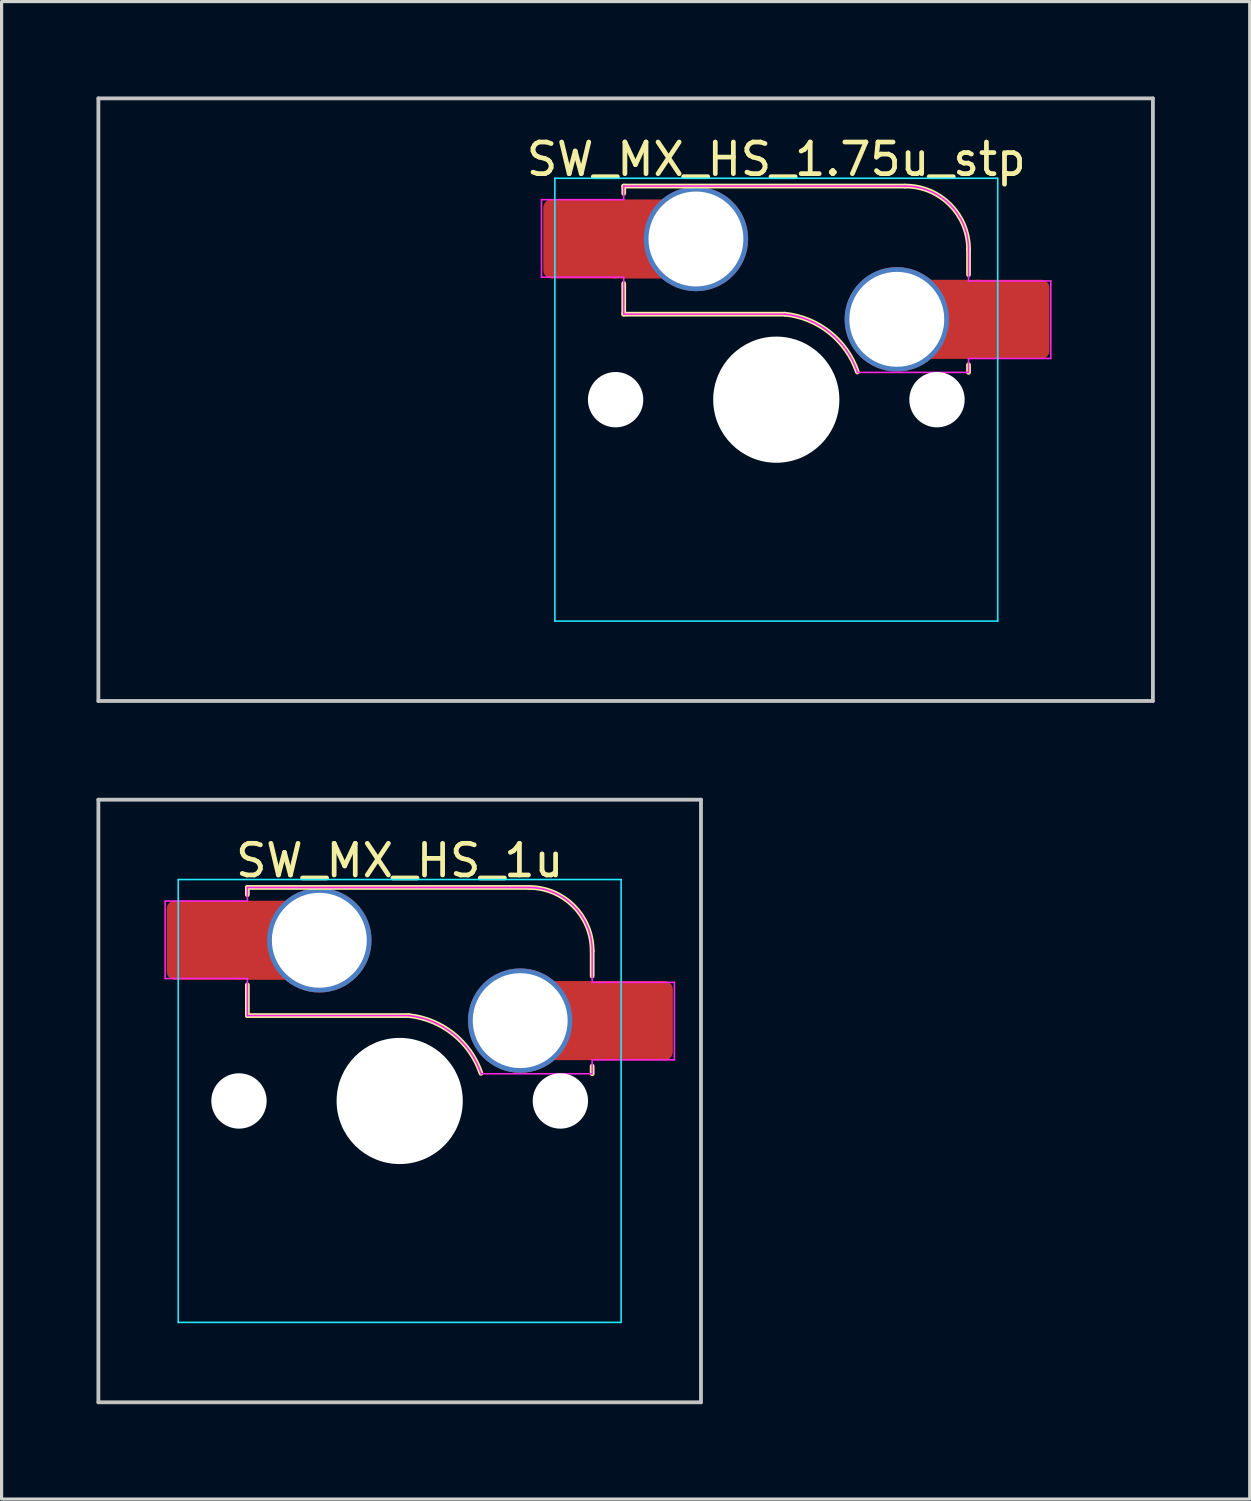
<source format=kicad_pcb>
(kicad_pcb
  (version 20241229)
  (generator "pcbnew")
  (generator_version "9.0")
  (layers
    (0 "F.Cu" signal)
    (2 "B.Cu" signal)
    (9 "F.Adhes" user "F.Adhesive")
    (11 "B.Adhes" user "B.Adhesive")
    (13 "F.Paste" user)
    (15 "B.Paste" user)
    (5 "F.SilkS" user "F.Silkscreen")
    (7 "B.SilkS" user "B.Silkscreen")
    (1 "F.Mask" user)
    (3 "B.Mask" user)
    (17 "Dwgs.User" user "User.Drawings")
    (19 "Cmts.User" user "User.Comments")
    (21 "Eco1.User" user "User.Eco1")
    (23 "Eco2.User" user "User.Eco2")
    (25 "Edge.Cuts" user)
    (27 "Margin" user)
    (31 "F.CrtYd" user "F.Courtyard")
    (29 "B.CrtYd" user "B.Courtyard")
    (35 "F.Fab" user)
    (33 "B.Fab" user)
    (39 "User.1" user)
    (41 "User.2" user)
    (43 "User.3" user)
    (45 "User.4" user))
  (footprint "SW_MX_HS_1.75u_stp"
    (layer "F.Cu")
    (at 21.491 9.585)
    (property "Reference" "SW_MX_HS_1.75u_stp" (at 0 -7.6 0) (layer "F.SilkS") (effects (font (size 1 1) (thickness 0.15))))
    (attr smd)
    (fp_line (start -4.823 -6.753) (end -4.823 -6.523) (stroke (width 0.15) (type solid)) (layer "F.SilkS"))
    (fp_line (start -4.823 -3.673) (end -4.823 -2.703) (stroke (width 0.15) (type solid)) (layer "F.SilkS"))
    (fp_line (start -4.823 -2.703) (end 0.277 -2.703) (stroke (width 0.15) (type solid)) (layer "F.SilkS"))
    (fp_line (start 4.077 -6.753) (end -4.823 -6.753) (stroke (width 0.15) (type solid)) (layer "F.SilkS"))
    (fp_line (start 6.077 -3.953) (end 6.077 -4.753) (stroke (width 0.15) (type solid)) (layer "F.SilkS"))
    (fp_line (start 6.077 -1.103) (end 6.077 -0.863) (stroke (width 0.15) (type solid)) (layer "F.SilkS"))
    (fp_arc (start 0.277188 -2.703027) (mid 1.687058 -2.12397) (end 2.562828 -0.876545) (stroke (width 0.15) (type solid)) (layer "F.SilkS"))
    (fp_arc (start 4.077188 -6.753027) (mid 5.491404 -6.167242) (end 6.077188 -4.753027) (stroke (width 0.15) (type solid)) (layer "F.SilkS"))
    (fp_line (start -21.431 -9.525) (end 11.906 -9.525) (stroke (width 0.12) (type solid)) (layer "Dwgs.User"))
    (fp_line (start -21.431 9.525) (end -21.431 -9.525) (stroke (width 0.12) (type solid)) (layer "Dwgs.User"))
    (fp_line (start 11.906 -9.525) (end 11.906 9.525) (stroke (width 0.12) (type solid)) (layer "Dwgs.User"))
    (fp_line (start 11.906 9.525) (end -21.431 9.525) (stroke (width 0.12) (type solid)) (layer "Dwgs.User"))
    (fp_line (start -7 -6.5) (end -7 6.5) (stroke (width 0.05) (type solid)) (layer "Eco2.User"))
    (fp_line (start -6.5 7) (end 6.5 7) (stroke (width 0.05) (type solid)) (layer "Eco2.User"))
    (fp_line (start 6.5 -7) (end -6.5 -7) (stroke (width 0.05) (type solid)) (layer "Eco2.User"))
    (fp_line (start 7 6.5) (end 7 -6.5) (stroke (width 0.05) (type solid)) (layer "Eco2.User"))
    (fp_arc (start -7 -6.5) (mid -6.853553 -6.853553) (end -6.5 -7) (stroke (width 0.05) (type solid)) (layer "Eco2.User"))
    (fp_arc (start -6.497236 6.998884) (mid -6.850789 6.852437) (end -6.997236 6.498884) (stroke (width 0.05) (type solid)) (layer "Eco2.User"))
    (fp_arc (start 6.5 -7) (mid 6.853553 -6.853553) (end 7 -6.5) (stroke (width 0.05) (type solid)) (layer "Eco2.User"))
    (fp_arc (start 7 6.5) (mid 6.853553 6.853553) (end 6.5 7) (stroke (width 0.05) (type solid)) (layer "Eco2.User"))
    (fp_line (start -7 -7) (end 7 -7) (stroke (width 0.05) (type solid)) (layer "B.CrtYd"))
    (fp_line (start -7 7) (end -7 -7) (stroke (width 0.05) (type solid)) (layer "B.CrtYd"))
    (fp_line (start 7 -7) (end 7 7) (stroke (width 0.05) (type solid)) (layer "B.CrtYd"))
    (fp_line (start 7 7) (end -7 7) (stroke (width 0.05) (type solid)) (layer "B.CrtYd"))
    (fp_line (start -7.423 -6.323) (end -4.823 -6.323) (stroke (width 0.05) (type solid)) (layer "F.CrtYd"))
    (fp_line (start -7.423 -3.873) (end -7.423 -6.323) (stroke (width 0.05) (type solid)) (layer "F.CrtYd"))
    (fp_line (start -4.823 -6.753) (end -4.823 -6.323) (stroke (width 0.05) (type solid)) (layer "F.CrtYd"))
    (fp_line (start -4.823 -3.873) (end -7.423 -3.873) (stroke (width 0.05) (type solid)) (layer "F.CrtYd"))
    (fp_line (start -4.823 -3.873) (end -4.823 -2.703) (stroke (width 0.05) (type solid)) (layer "F.CrtYd"))
    (fp_line (start -4.823 -2.703) (end 0.277 -2.703) (stroke (width 0.05) (type solid)) (layer "F.CrtYd"))
    (fp_line (start 4.077 -6.753) (end -4.823 -6.753) (stroke (width 0.05) (type solid)) (layer "F.CrtYd"))
    (fp_line (start 6.077 -3.753) (end 6.077 -4.753) (stroke (width 0.05) (type solid)) (layer "F.CrtYd"))
    (fp_line (start 6.077 -3.753) (end 8.677 -3.753) (stroke (width 0.05) (type solid)) (layer "F.CrtYd"))
    (fp_line (start 6.077 -1.303) (end 6.077 -0.863) (stroke (width 0.05) (type solid)) (layer "F.CrtYd"))
    (fp_line (start 6.077 -0.863) (end 2.567 -0.863) (stroke (width 0.05) (type solid)) (layer "F.CrtYd"))
    (fp_line (start 8.677 -3.753) (end 8.677 -1.303) (stroke (width 0.05) (type solid)) (layer "F.CrtYd"))
    (fp_line (start 8.677 -1.303) (end 6.077 -1.303) (stroke (width 0.05) (type solid)) (layer "F.CrtYd"))
    (fp_arc (start 0.277188 -2.703027) (mid 1.692639 -2.119466) (end 2.567188 -0.8628) (stroke (width 0.05) (type solid)) (layer "F.CrtYd"))
    (fp_arc (start 4.077188 -6.753027) (mid 5.491404 -6.167242) (end 6.077188 -4.753027) (stroke (width 0.05) (type solid)) (layer "F.CrtYd"))
    (pad "" np_thru_hole circle (at -5.08 0) (size 1.75 1.75) (drill 1.75) (layers "*.Cu" "*.Mask"))
    (pad "" np_thru_hole circle (at 0 0) (size 3.988 3.988) (drill 3.988) (layers "*.Cu" "*.Mask"))
    (pad "" np_thru_hole circle (at 5.08 0) (size 1.75 1.75) (drill 1.75) (layers "*.Cu" "*.Mask"))
    (pad "1" thru_hole circle (at 3.81 -2.54) (size 3.3 3.3) (drill 3) (layers "*.Cu" "*.Mask"))
    (pad "1" smd rect (at 5.635 -2.54 180) (size 1.65 2.5) (layers "F.Cu"))
    (pad "1" smd roundrect (at 7.36 -2.54) (size 2.55 2.5) (layers "F.Cu" "F.Mask" "F.Paste") (roundrect_rratio 0.1))
    (pad "2" smd roundrect (at -6.09 -5.08) (size 2.55 2.5) (layers "F.Cu" "F.Mask" "F.Paste") (roundrect_rratio 0.1))
    (pad "2" smd rect (at -4.34 -5.08) (size 1.65 2.5) (layers "F.Cu"))
    (pad "2" thru_hole circle (at -2.54 -5.08) (size 3.3 3.3) (drill 3) (layers "*.Cu" "*.Mask")))
  (footprint "SW_MX_HS_1u"
    (layer "F.Cu")
    (at 9.585 31.755)
    (property "Reference" "SW_MX_HS_1u" (at 0 -7.6 0) (layer "F.SilkS") (effects (font (size 1 1) (thickness 0.15))))
    (attr smd)
    (fp_line (start -4.815 -6.75) (end -4.815 -6.52) (stroke (width 0.15) (type solid)) (layer "F.SilkS"))
    (fp_line (start -4.815 -3.67) (end -4.815 -2.7) (stroke (width 0.15) (type solid)) (layer "F.SilkS"))
    (fp_line (start -4.815 -2.7) (end 0.285 -2.7) (stroke (width 0.15) (type solid)) (layer "F.SilkS"))
    (fp_line (start 4.085 -6.75) (end -4.815 -6.75) (stroke (width 0.15) (type solid)) (layer "F.SilkS"))
    (fp_line (start 6.085 -3.95) (end 6.085 -4.75) (stroke (width 0.15) (type solid)) (layer "F.SilkS"))
    (fp_line (start 6.085 -1.1) (end 6.085 -0.86) (stroke (width 0.15) (type solid)) (layer "F.SilkS"))
    (fp_arc (start 0.285 -2.7) (mid 1.69487 -2.120943) (end 2.57064 -0.873518) (stroke (width 0.15) (type solid)) (layer "F.SilkS"))
    (fp_arc (start 4.085 -6.75) (mid 5.499214 -6.164214) (end 6.085 -4.75) (stroke (width 0.15) (type solid)) (layer "F.SilkS"))
    (fp_line (start -9.525 -9.525) (end 9.525 -9.525) (stroke (width 0.12) (type solid)) (layer "Dwgs.User"))
    (fp_line (start -9.525 9.525) (end -9.525 -9.525) (stroke (width 0.12) (type solid)) (layer "Dwgs.User"))
    (fp_line (start 9.525 -9.525) (end 9.525 9.525) (stroke (width 0.12) (type solid)) (layer "Dwgs.User"))
    (fp_line (start 9.525 9.525) (end -9.525 9.525) (stroke (width 0.12) (type solid)) (layer "Dwgs.User"))
    (fp_line (start -7 -6.5) (end -7 6.5) (stroke (width 0.05) (type solid)) (layer "Eco2.User"))
    (fp_line (start -6.5 7) (end 6.5 7) (stroke (width 0.05) (type solid)) (layer "Eco2.User"))
    (fp_line (start 6.5 -7) (end -6.5 -7) (stroke (width 0.05) (type solid)) (layer "Eco2.User"))
    (fp_line (start 7 6.5) (end 7 -6.5) (stroke (width 0.05) (type solid)) (layer "Eco2.User"))
    (fp_arc (start -7 -6.5) (mid -6.853553 -6.853553) (end -6.5 -7) (stroke (width 0.05) (type solid)) (layer "Eco2.User"))
    (fp_arc (start -6.497236 6.998884) (mid -6.850789 6.852437) (end -6.997236 6.498884) (stroke (width 0.05) (type solid)) (layer "Eco2.User"))
    (fp_arc (start 6.5 -7) (mid 6.853553 -6.853553) (end 7 -6.5) (stroke (width 0.05) (type solid)) (layer "Eco2.User"))
    (fp_arc (start 7 6.5) (mid 6.853553 6.853553) (end 6.5 7) (stroke (width 0.05) (type solid)) (layer "Eco2.User"))
    (fp_line (start -7 -7) (end 7 -7) (stroke (width 0.05) (type solid)) (layer "B.CrtYd"))
    (fp_line (start -7 7) (end -7 -7) (stroke (width 0.05) (type solid)) (layer "B.CrtYd"))
    (fp_line (start 7 -7) (end 7 7) (stroke (width 0.05) (type solid)) (layer "B.CrtYd"))
    (fp_line (start 7 7) (end -7 7) (stroke (width 0.05) (type solid)) (layer "B.CrtYd"))
    (fp_line (start -7.415 -6.32) (end -4.815 -6.32) (stroke (width 0.05) (type solid)) (layer "F.CrtYd"))
    (fp_line (start -7.415 -3.87) (end -7.415 -6.32) (stroke (width 0.05) (type solid)) (layer "F.CrtYd"))
    (fp_line (start -4.815 -6.75) (end -4.815 -6.32) (stroke (width 0.05) (type solid)) (layer "F.CrtYd"))
    (fp_line (start -4.815 -3.87) (end -7.415 -3.87) (stroke (width 0.05) (type solid)) (layer "F.CrtYd"))
    (fp_line (start -4.815 -3.87) (end -4.815 -2.7) (stroke (width 0.05) (type solid)) (layer "F.CrtYd"))
    (fp_line (start -4.815 -2.7) (end 0.285 -2.7) (stroke (width 0.05) (type solid)) (layer "F.CrtYd"))
    (fp_line (start 4.085 -6.75) (end -4.815 -6.75) (stroke (width 0.05) (type solid)) (layer "F.CrtYd"))
    (fp_line (start 6.085 -3.75) (end 6.085 -4.75) (stroke (width 0.05) (type solid)) (layer "F.CrtYd"))
    (fp_line (start 6.085 -3.75) (end 8.685 -3.75) (stroke (width 0.05) (type solid)) (layer "F.CrtYd"))
    (fp_line (start 6.085 -1.3) (end 6.085 -0.86) (stroke (width 0.05) (type solid)) (layer "F.CrtYd"))
    (fp_line (start 6.085 -0.86) (end 2.575 -0.86) (stroke (width 0.05) (type solid)) (layer "F.CrtYd"))
    (fp_line (start 8.685 -3.75) (end 8.685 -1.3) (stroke (width 0.05) (type solid)) (layer "F.CrtYd"))
    (fp_line (start 8.685 -1.3) (end 6.085 -1.3) (stroke (width 0.05) (type solid)) (layer "F.CrtYd"))
    (fp_arc (start 0.285 -2.7) (mid 1.700451 -2.116439) (end 2.575 -0.859773) (stroke (width 0.05) (type solid)) (layer "F.CrtYd"))
    (fp_arc (start 4.085 -6.75) (mid 5.499214 -6.164214) (end 6.085 -4.75) (stroke (width 0.05) (type solid)) (layer "F.CrtYd"))
    (pad "" np_thru_hole circle (at -5.08 0) (size 1.75 1.75) (drill 1.75) (layers "*.Cu" "*.Mask"))
    (pad "" np_thru_hole circle (at 0 0) (size 3.988 3.988) (drill 3.988) (layers "*.Cu" "*.Mask"))
    (pad "" np_thru_hole circle (at 5.08 0) (size 1.75 1.75) (drill 1.75) (layers "*.Cu" "*.Mask"))
    (pad "1" thru_hole circle (at 3.81 -2.54) (size 3.3 3.3) (drill 3) (layers "*.Cu" "*.Mask"))
    (pad "1" smd rect (at 5.635 -2.54 180) (size 1.65 2.5) (layers "F.Cu"))
    (pad "1" smd roundrect (at 7.36 -2.54) (size 2.55 2.5) (layers "F.Cu" "F.Mask" "F.Paste") (roundrect_rratio 0.1))
    (pad "2" smd roundrect (at -6.09 -5.08) (size 2.55 2.5) (layers "F.Cu" "F.Mask" "F.Paste") (roundrect_rratio 0.1))
    (pad "2" smd rect (at -4.34 -5.08) (size 1.65 2.5) (layers "F.Cu"))
    (pad "2" thru_hole circle (at -2.54 -5.08) (size 3.3 3.3) (drill 3) (layers "*.Cu" "*.Mask")))
  (gr_rect
    (start -3 -3)
    (end 36.458 44.34)
    (stroke (width 0.1) (type default))
    (fill no)
    (layer "Edge.Cuts")))
</source>
